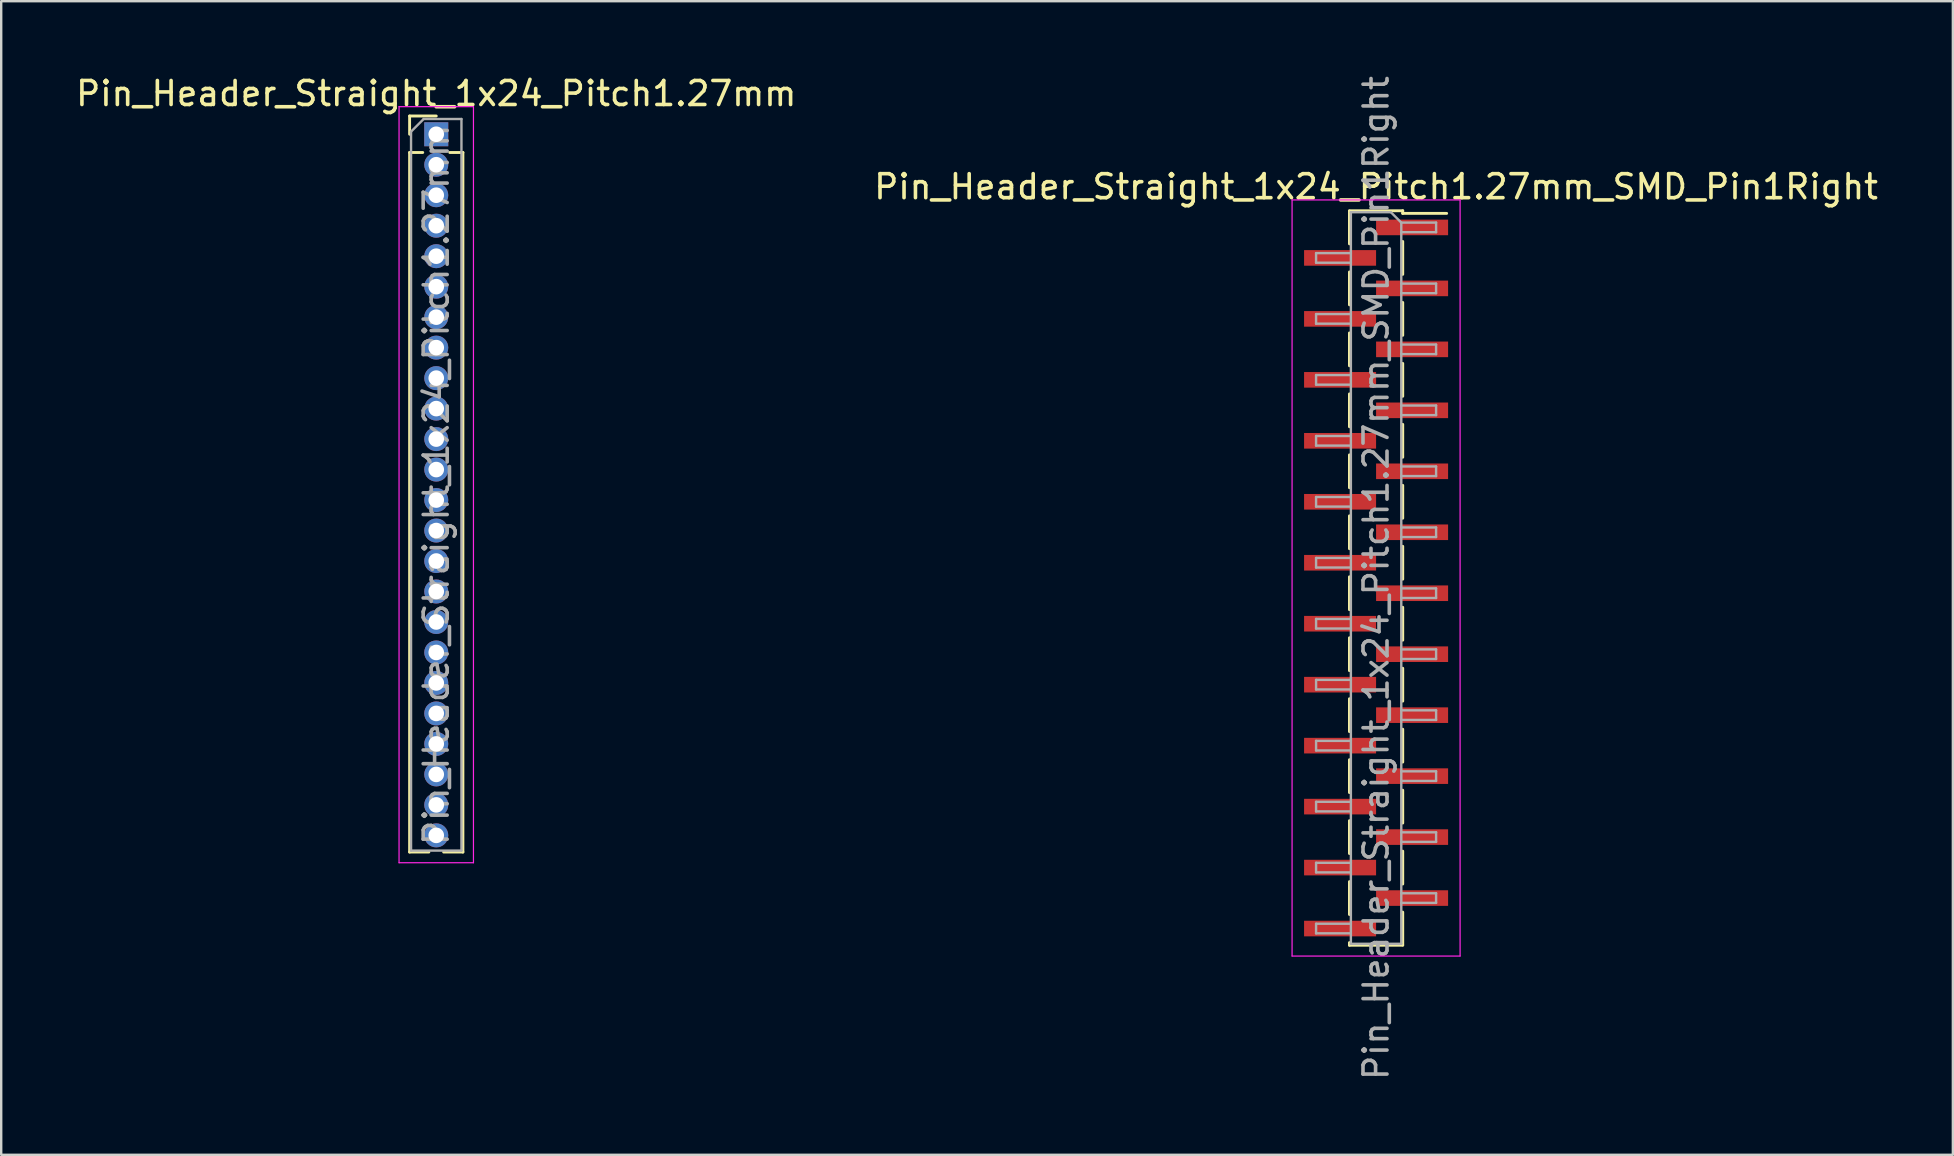
<source format=kicad_pcb>
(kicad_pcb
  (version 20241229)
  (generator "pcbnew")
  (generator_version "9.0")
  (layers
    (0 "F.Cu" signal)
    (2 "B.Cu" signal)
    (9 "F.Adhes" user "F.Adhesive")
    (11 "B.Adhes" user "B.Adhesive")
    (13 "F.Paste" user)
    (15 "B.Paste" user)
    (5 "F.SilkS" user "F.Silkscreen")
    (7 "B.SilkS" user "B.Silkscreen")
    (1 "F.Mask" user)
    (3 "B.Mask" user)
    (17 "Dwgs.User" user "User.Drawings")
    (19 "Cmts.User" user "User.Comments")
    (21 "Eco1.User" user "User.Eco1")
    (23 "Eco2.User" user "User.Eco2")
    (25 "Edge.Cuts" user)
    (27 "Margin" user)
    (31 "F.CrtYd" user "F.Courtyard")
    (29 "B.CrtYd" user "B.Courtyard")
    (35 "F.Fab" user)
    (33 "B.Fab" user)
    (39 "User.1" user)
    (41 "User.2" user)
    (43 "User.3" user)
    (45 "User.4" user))
  (footprint "Pin_Header_Straight_1x24_Pitch1.27mm_SMD_Pin1Right"
    (layer "F.Cu")
    (at 54.28 21.03)
    (property "Reference" "Pin_Header_Straight_1x24_Pitch1.27mm_SMD_Pin1Right" (at 0 -16.3 0) (layer "F.SilkS") (effects (font (size 1 1) (thickness 0.15))))
    (attr smd)
    (fp_line (start -1.11 -15.3) (end 1.11 -15.3) (stroke (width 0.12) (type solid)) (layer "F.SilkS"))
    (fp_line (start -1.11 -15.29) (end -1.11 -13.92) (stroke (width 0.12) (type solid)) (layer "F.SilkS"))
    (fp_line (start -1.11 -12.75) (end -1.11 -11.38) (stroke (width 0.12) (type solid)) (layer "F.SilkS"))
    (fp_line (start -1.11 -10.21) (end -1.11 -8.84) (stroke (width 0.12) (type solid)) (layer "F.SilkS"))
    (fp_line (start -1.11 -7.67) (end -1.11 -6.3) (stroke (width 0.12) (type solid)) (layer "F.SilkS"))
    (fp_line (start -1.11 -5.13) (end -1.11 -3.76) (stroke (width 0.12) (type solid)) (layer "F.SilkS"))
    (fp_line (start -1.11 -2.59) (end -1.11 -1.22) (stroke (width 0.12) (type solid)) (layer "F.SilkS"))
    (fp_line (start -1.11 -0.05) (end -1.11 1.32) (stroke (width 0.12) (type solid)) (layer "F.SilkS"))
    (fp_line (start -1.11 2.49) (end -1.11 3.86) (stroke (width 0.12) (type solid)) (layer "F.SilkS"))
    (fp_line (start -1.11 5.03) (end -1.11 6.4) (stroke (width 0.12) (type solid)) (layer "F.SilkS"))
    (fp_line (start -1.11 7.57) (end -1.11 8.94) (stroke (width 0.12) (type solid)) (layer "F.SilkS"))
    (fp_line (start -1.11 10.11) (end -1.11 11.48) (stroke (width 0.12) (type solid)) (layer "F.SilkS"))
    (fp_line (start -1.11 12.65) (end -1.11 14.02) (stroke (width 0.12) (type solid)) (layer "F.SilkS"))
    (fp_line (start -1.11 15.19) (end -1.11 15.3) (stroke (width 0.12) (type solid)) (layer "F.SilkS"))
    (fp_line (start -1.11 15.3) (end 1.11 15.3) (stroke (width 0.12) (type solid)) (layer "F.SilkS"))
    (fp_line (start 1.11 -15.3) (end 1.11 -15.19) (stroke (width 0.12) (type solid)) (layer "F.SilkS"))
    (fp_line (start 1.11 -15.19) (end 2.94 -15.19) (stroke (width 0.12) (type solid)) (layer "F.SilkS"))
    (fp_line (start 1.11 -14.02) (end 1.11 -12.65) (stroke (width 0.12) (type solid)) (layer "F.SilkS"))
    (fp_line (start 1.11 -11.48) (end 1.11 -10.11) (stroke (width 0.12) (type solid)) (layer "F.SilkS"))
    (fp_line (start 1.11 -8.94) (end 1.11 -7.57) (stroke (width 0.12) (type solid)) (layer "F.SilkS"))
    (fp_line (start 1.11 -6.4) (end 1.11 -5.03) (stroke (width 0.12) (type solid)) (layer "F.SilkS"))
    (fp_line (start 1.11 -3.86) (end 1.11 -2.49) (stroke (width 0.12) (type solid)) (layer "F.SilkS"))
    (fp_line (start 1.11 -1.32) (end 1.11 0.05) (stroke (width 0.12) (type solid)) (layer "F.SilkS"))
    (fp_line (start 1.11 1.22) (end 1.11 2.59) (stroke (width 0.12) (type solid)) (layer "F.SilkS"))
    (fp_line (start 1.11 3.76) (end 1.11 5.13) (stroke (width 0.12) (type solid)) (layer "F.SilkS"))
    (fp_line (start 1.11 6.3) (end 1.11 7.67) (stroke (width 0.12) (type solid)) (layer "F.SilkS"))
    (fp_line (start 1.11 8.84) (end 1.11 10.21) (stroke (width 0.12) (type solid)) (layer "F.SilkS"))
    (fp_line (start 1.11 11.38) (end 1.11 12.75) (stroke (width 0.12) (type solid)) (layer "F.SilkS"))
    (fp_line (start 1.11 13.92) (end 1.11 15.29) (stroke (width 0.12) (type solid)) (layer "F.SilkS"))
    (fp_line (start -3.5 -15.75) (end -3.5 15.75) (stroke (width 0.05) (type solid)) (layer "F.CrtYd"))
    (fp_line (start -3.5 15.75) (end 3.5 15.75) (stroke (width 0.05) (type solid)) (layer "F.CrtYd"))
    (fp_line (start 3.5 -15.75) (end -3.5 -15.75) (stroke (width 0.05) (type solid)) (layer "F.CrtYd"))
    (fp_line (start 3.5 15.75) (end 3.5 -15.75) (stroke (width 0.05) (type solid)) (layer "F.CrtYd"))
    (fp_line (start -2.5 -13.535) (end -2.5 -13.135) (stroke (width 0.1) (type solid)) (layer "F.Fab"))
    (fp_line (start -2.5 -13.135) (end -1.05 -13.135) (stroke (width 0.1) (type solid)) (layer "F.Fab"))
    (fp_line (start -2.5 -10.995) (end -2.5 -10.595) (stroke (width 0.1) (type solid)) (layer "F.Fab"))
    (fp_line (start -2.5 -10.595) (end -1.05 -10.595) (stroke (width 0.1) (type solid)) (layer "F.Fab"))
    (fp_line (start -2.5 -8.455) (end -2.5 -8.055) (stroke (width 0.1) (type solid)) (layer "F.Fab"))
    (fp_line (start -2.5 -8.055) (end -1.05 -8.055) (stroke (width 0.1) (type solid)) (layer "F.Fab"))
    (fp_line (start -2.5 -5.915) (end -2.5 -5.515) (stroke (width 0.1) (type solid)) (layer "F.Fab"))
    (fp_line (start -2.5 -5.515) (end -1.05 -5.515) (stroke (width 0.1) (type solid)) (layer "F.Fab"))
    (fp_line (start -2.5 -3.375) (end -2.5 -2.975) (stroke (width 0.1) (type solid)) (layer "F.Fab"))
    (fp_line (start -2.5 -2.975) (end -1.05 -2.975) (stroke (width 0.1) (type solid)) (layer "F.Fab"))
    (fp_line (start -2.5 -0.835) (end -2.5 -0.435) (stroke (width 0.1) (type solid)) (layer "F.Fab"))
    (fp_line (start -2.5 -0.435) (end -1.05 -0.435) (stroke (width 0.1) (type solid)) (layer "F.Fab"))
    (fp_line (start -2.5 1.705) (end -2.5 2.105) (stroke (width 0.1) (type solid)) (layer "F.Fab"))
    (fp_line (start -2.5 2.105) (end -1.05 2.105) (stroke (width 0.1) (type solid)) (layer "F.Fab"))
    (fp_line (start -2.5 4.245) (end -2.5 4.645) (stroke (width 0.1) (type solid)) (layer "F.Fab"))
    (fp_line (start -2.5 4.645) (end -1.05 4.645) (stroke (width 0.1) (type solid)) (layer "F.Fab"))
    (fp_line (start -2.5 6.785) (end -2.5 7.185) (stroke (width 0.1) (type solid)) (layer "F.Fab"))
    (fp_line (start -2.5 7.185) (end -1.05 7.185) (stroke (width 0.1) (type solid)) (layer "F.Fab"))
    (fp_line (start -2.5 9.325) (end -2.5 9.725) (stroke (width 0.1) (type solid)) (layer "F.Fab"))
    (fp_line (start -2.5 9.725) (end -1.05 9.725) (stroke (width 0.1) (type solid)) (layer "F.Fab"))
    (fp_line (start -2.5 11.865) (end -2.5 12.265) (stroke (width 0.1) (type solid)) (layer "F.Fab"))
    (fp_line (start -2.5 12.265) (end -1.05 12.265) (stroke (width 0.1) (type solid)) (layer "F.Fab"))
    (fp_line (start -2.5 14.405) (end -2.5 14.805) (stroke (width 0.1) (type solid)) (layer "F.Fab"))
    (fp_line (start -2.5 14.805) (end -1.05 14.805) (stroke (width 0.1) (type solid)) (layer "F.Fab"))
    (fp_line (start -1.05 -15.24) (end -1.05 15.24) (stroke (width 0.1) (type solid)) (layer "F.Fab"))
    (fp_line (start -1.05 -15.24) (end 0.615 -15.24) (stroke (width 0.1) (type solid)) (layer "F.Fab"))
    (fp_line (start -1.05 -13.535) (end -2.5 -13.535) (stroke (width 0.1) (type solid)) (layer "F.Fab"))
    (fp_line (start -1.05 -10.995) (end -2.5 -10.995) (stroke (width 0.1) (type solid)) (layer "F.Fab"))
    (fp_line (start -1.05 -8.455) (end -2.5 -8.455) (stroke (width 0.1) (type solid)) (layer "F.Fab"))
    (fp_line (start -1.05 -5.915) (end -2.5 -5.915) (stroke (width 0.1) (type solid)) (layer "F.Fab"))
    (fp_line (start -1.05 -3.375) (end -2.5 -3.375) (stroke (width 0.1) (type solid)) (layer "F.Fab"))
    (fp_line (start -1.05 -0.835) (end -2.5 -0.835) (stroke (width 0.1) (type solid)) (layer "F.Fab"))
    (fp_line (start -1.05 1.705) (end -2.5 1.705) (stroke (width 0.1) (type solid)) (layer "F.Fab"))
    (fp_line (start -1.05 4.245) (end -2.5 4.245) (stroke (width 0.1) (type solid)) (layer "F.Fab"))
    (fp_line (start -1.05 6.785) (end -2.5 6.785) (stroke (width 0.1) (type solid)) (layer "F.Fab"))
    (fp_line (start -1.05 9.325) (end -2.5 9.325) (stroke (width 0.1) (type solid)) (layer "F.Fab"))
    (fp_line (start -1.05 11.865) (end -2.5 11.865) (stroke (width 0.1) (type solid)) (layer "F.Fab"))
    (fp_line (start -1.05 14.405) (end -2.5 14.405) (stroke (width 0.1) (type solid)) (layer "F.Fab"))
    (fp_line (start 1.05 -14.805) (end 0.615 -15.24) (stroke (width 0.1) (type solid)) (layer "F.Fab"))
    (fp_line (start 1.05 -14.805) (end 2.5 -14.805) (stroke (width 0.1) (type solid)) (layer "F.Fab"))
    (fp_line (start 1.05 -12.265) (end 2.5 -12.265) (stroke (width 0.1) (type solid)) (layer "F.Fab"))
    (fp_line (start 1.05 -9.725) (end 2.5 -9.725) (stroke (width 0.1) (type solid)) (layer "F.Fab"))
    (fp_line (start 1.05 -7.185) (end 2.5 -7.185) (stroke (width 0.1) (type solid)) (layer "F.Fab"))
    (fp_line (start 1.05 -4.645) (end 2.5 -4.645) (stroke (width 0.1) (type solid)) (layer "F.Fab"))
    (fp_line (start 1.05 -2.105) (end 2.5 -2.105) (stroke (width 0.1) (type solid)) (layer "F.Fab"))
    (fp_line (start 1.05 0.435) (end 2.5 0.435) (stroke (width 0.1) (type solid)) (layer "F.Fab"))
    (fp_line (start 1.05 2.975) (end 2.5 2.975) (stroke (width 0.1) (type solid)) (layer "F.Fab"))
    (fp_line (start 1.05 5.515) (end 2.5 5.515) (stroke (width 0.1) (type solid)) (layer "F.Fab"))
    (fp_line (start 1.05 8.055) (end 2.5 8.055) (stroke (width 0.1) (type solid)) (layer "F.Fab"))
    (fp_line (start 1.05 10.595) (end 2.5 10.595) (stroke (width 0.1) (type solid)) (layer "F.Fab"))
    (fp_line (start 1.05 13.135) (end 2.5 13.135) (stroke (width 0.1) (type solid)) (layer "F.Fab"))
    (fp_line (start 1.05 15.24) (end -1.05 15.24) (stroke (width 0.1) (type solid)) (layer "F.Fab"))
    (fp_line (start 1.05 15.24) (end 1.05 -14.805) (stroke (width 0.1) (type solid)) (layer "F.Fab"))
    (fp_line (start 2.5 -14.805) (end 2.5 -14.405) (stroke (width 0.1) (type solid)) (layer "F.Fab"))
    (fp_line (start 2.5 -14.405) (end 1.05 -14.405) (stroke (width 0.1) (type solid)) (layer "F.Fab"))
    (fp_line (start 2.5 -12.265) (end 2.5 -11.865) (stroke (width 0.1) (type solid)) (layer "F.Fab"))
    (fp_line (start 2.5 -11.865) (end 1.05 -11.865) (stroke (width 0.1) (type solid)) (layer "F.Fab"))
    (fp_line (start 2.5 -9.725) (end 2.5 -9.325) (stroke (width 0.1) (type solid)) (layer "F.Fab"))
    (fp_line (start 2.5 -9.325) (end 1.05 -9.325) (stroke (width 0.1) (type solid)) (layer "F.Fab"))
    (fp_line (start 2.5 -7.185) (end 2.5 -6.785) (stroke (width 0.1) (type solid)) (layer "F.Fab"))
    (fp_line (start 2.5 -6.785) (end 1.05 -6.785) (stroke (width 0.1) (type solid)) (layer "F.Fab"))
    (fp_line (start 2.5 -4.645) (end 2.5 -4.245) (stroke (width 0.1) (type solid)) (layer "F.Fab"))
    (fp_line (start 2.5 -4.245) (end 1.05 -4.245) (stroke (width 0.1) (type solid)) (layer "F.Fab"))
    (fp_line (start 2.5 -2.105) (end 2.5 -1.705) (stroke (width 0.1) (type solid)) (layer "F.Fab"))
    (fp_line (start 2.5 -1.705) (end 1.05 -1.705) (stroke (width 0.1) (type solid)) (layer "F.Fab"))
    (fp_line (start 2.5 0.435) (end 2.5 0.835) (stroke (width 0.1) (type solid)) (layer "F.Fab"))
    (fp_line (start 2.5 0.835) (end 1.05 0.835) (stroke (width 0.1) (type solid)) (layer "F.Fab"))
    (fp_line (start 2.5 2.975) (end 2.5 3.375) (stroke (width 0.1) (type solid)) (layer "F.Fab"))
    (fp_line (start 2.5 3.375) (end 1.05 3.375) (stroke (width 0.1) (type solid)) (layer "F.Fab"))
    (fp_line (start 2.5 5.515) (end 2.5 5.915) (stroke (width 0.1) (type solid)) (layer "F.Fab"))
    (fp_line (start 2.5 5.915) (end 1.05 5.915) (stroke (width 0.1) (type solid)) (layer "F.Fab"))
    (fp_line (start 2.5 8.055) (end 2.5 8.455) (stroke (width 0.1) (type solid)) (layer "F.Fab"))
    (fp_line (start 2.5 8.455) (end 1.05 8.455) (stroke (width 0.1) (type solid)) (layer "F.Fab"))
    (fp_line (start 2.5 10.595) (end 2.5 10.995) (stroke (width 0.1) (type solid)) (layer "F.Fab"))
    (fp_line (start 2.5 10.995) (end 1.05 10.995) (stroke (width 0.1) (type solid)) (layer "F.Fab"))
    (fp_line (start 2.5 13.135) (end 2.5 13.535) (stroke (width 0.1) (type solid)) (layer "F.Fab"))
    (fp_line (start 2.5 13.535) (end 1.05 13.535) (stroke (width 0.1) (type solid)) (layer "F.Fab"))
    (fp_text user "${REFERENCE}" (at 0 0 90) (layer "F.Fab") (effects (font (size 1 1) (thickness 0.15))))
    (pad "1" smd rect (at 1.5 -14.605) (size 3 0.65) (layers "F.Cu" "F.Mask" "F.Paste"))
    (pad "2" smd rect (at -1.5 -13.335) (size 3 0.65) (layers "F.Cu" "F.Mask" "F.Paste"))
    (pad "3" smd rect (at 1.5 -12.065) (size 3 0.65) (layers "F.Cu" "F.Mask" "F.Paste"))
    (pad "4" smd rect (at -1.5 -10.795) (size 3 0.65) (layers "F.Cu" "F.Mask" "F.Paste"))
    (pad "5" smd rect (at 1.5 -9.525) (size 3 0.65) (layers "F.Cu" "F.Mask" "F.Paste"))
    (pad "6" smd rect (at -1.5 -8.255) (size 3 0.65) (layers "F.Cu" "F.Mask" "F.Paste"))
    (pad "7" smd rect (at 1.5 -6.985) (size 3 0.65) (layers "F.Cu" "F.Mask" "F.Paste"))
    (pad "8" smd rect (at -1.5 -5.715) (size 3 0.65) (layers "F.Cu" "F.Mask" "F.Paste"))
    (pad "9" smd rect (at 1.5 -4.445) (size 3 0.65) (layers "F.Cu" "F.Mask" "F.Paste"))
    (pad "10" smd rect (at -1.5 -3.175) (size 3 0.65) (layers "F.Cu" "F.Mask" "F.Paste"))
    (pad "11" smd rect (at 1.5 -1.905) (size 3 0.65) (layers "F.Cu" "F.Mask" "F.Paste"))
    (pad "12" smd rect (at -1.5 -0.635) (size 3 0.65) (layers "F.Cu" "F.Mask" "F.Paste"))
    (pad "13" smd rect (at 1.5 0.635) (size 3 0.65) (layers "F.Cu" "F.Mask" "F.Paste"))
    (pad "14" smd rect (at -1.5 1.905) (size 3 0.65) (layers "F.Cu" "F.Mask" "F.Paste"))
    (pad "15" smd rect (at 1.5 3.175) (size 3 0.65) (layers "F.Cu" "F.Mask" "F.Paste"))
    (pad "16" smd rect (at -1.5 4.445) (size 3 0.65) (layers "F.Cu" "F.Mask" "F.Paste"))
    (pad "17" smd rect (at 1.5 5.715) (size 3 0.65) (layers "F.Cu" "F.Mask" "F.Paste"))
    (pad "18" smd rect (at -1.5 6.985) (size 3 0.65) (layers "F.Cu" "F.Mask" "F.Paste"))
    (pad "19" smd rect (at 1.5 8.255) (size 3 0.65) (layers "F.Cu" "F.Mask" "F.Paste"))
    (pad "20" smd rect (at -1.5 9.525) (size 3 0.65) (layers "F.Cu" "F.Mask" "F.Paste"))
    (pad "21" smd rect (at 1.5 10.795) (size 3 0.65) (layers "F.Cu" "F.Mask" "F.Paste"))
    (pad "22" smd rect (at -1.5 12.065) (size 3 0.65) (layers "F.Cu" "F.Mask" "F.Paste"))
    (pad "23" smd rect (at 1.5 13.335) (size 3 0.65) (layers "F.Cu" "F.Mask" "F.Paste"))
    (pad "24" smd rect (at -1.5 14.605) (size 3 0.65) (layers "F.Cu" "F.Mask" "F.Paste")))
  (footprint "Pin_Header_Straight_1x24_Pitch1.27mm"
    (layer "F.Cu")
    (at 15.125 2.543)
    (property "Reference" "Pin_Header_Straight_1x24_Pitch1.27mm" (at 0 -1.695 0) (layer "F.SilkS") (effects (font (size 1 1) (thickness 0.15))))
    (attr through_hole)
    (fp_line (start -1.11 -0.76) (end 0 -0.76) (stroke (width 0.12) (type solid)) (layer "F.SilkS"))
    (fp_line (start -1.11 0) (end -1.11 -0.76) (stroke (width 0.12) (type solid)) (layer "F.SilkS"))
    (fp_line (start -1.11 0.76) (end -1.11 29.905) (stroke (width 0.12) (type solid)) (layer "F.SilkS"))
    (fp_line (start -1.11 0.76) (end -0.563 0.76) (stroke (width 0.12) (type solid)) (layer "F.SilkS"))
    (fp_line (start -1.11 29.905) (end -0.308 29.905) (stroke (width 0.12) (type solid)) (layer "F.SilkS"))
    (fp_line (start 0.308 29.905) (end 1.11 29.905) (stroke (width 0.12) (type solid)) (layer "F.SilkS"))
    (fp_line (start 0.563 0.76) (end 1.11 0.76) (stroke (width 0.12) (type solid)) (layer "F.SilkS"))
    (fp_line (start 1.11 0.76) (end 1.11 29.905) (stroke (width 0.12) (type solid)) (layer "F.SilkS"))
    (fp_line (start -1.55 -1.15) (end -1.55 30.35) (stroke (width 0.05) (type solid)) (layer "F.CrtYd"))
    (fp_line (start -1.55 30.35) (end 1.55 30.35) (stroke (width 0.05) (type solid)) (layer "F.CrtYd"))
    (fp_line (start 1.55 -1.15) (end -1.55 -1.15) (stroke (width 0.05) (type solid)) (layer "F.CrtYd"))
    (fp_line (start 1.55 30.35) (end 1.55 -1.15) (stroke (width 0.05) (type solid)) (layer "F.CrtYd"))
    (fp_line (start -1.05 -0.11) (end -0.525 -0.635) (stroke (width 0.1) (type solid)) (layer "F.Fab"))
    (fp_line (start -1.05 29.845) (end -1.05 -0.11) (stroke (width 0.1) (type solid)) (layer "F.Fab"))
    (fp_line (start -0.525 -0.635) (end 1.05 -0.635) (stroke (width 0.1) (type solid)) (layer "F.Fab"))
    (fp_line (start 1.05 -0.635) (end 1.05 29.845) (stroke (width 0.1) (type solid)) (layer "F.Fab"))
    (fp_line (start 1.05 29.845) (end -1.05 29.845) (stroke (width 0.1) (type solid)) (layer "F.Fab"))
    (fp_text user "${REFERENCE}" (at 0 14.605 90) (layer "F.Fab") (effects (font (size 1 1) (thickness 0.15))))
    (pad "1" thru_hole rect (at 0 0) (size 1 1) (drill 0.65) (layers "*.Cu" "*.Mask"))
    (pad "2" thru_hole oval (at 0 1.27) (size 1 1) (drill 0.65) (layers "*.Cu" "*.Mask"))
    (pad "3" thru_hole oval (at 0 2.54) (size 1 1) (drill 0.65) (layers "*.Cu" "*.Mask"))
    (pad "4" thru_hole oval (at 0 3.81) (size 1 1) (drill 0.65) (layers "*.Cu" "*.Mask"))
    (pad "5" thru_hole oval (at 0 5.08) (size 1 1) (drill 0.65) (layers "*.Cu" "*.Mask"))
    (pad "6" thru_hole oval (at 0 6.35) (size 1 1) (drill 0.65) (layers "*.Cu" "*.Mask"))
    (pad "7" thru_hole oval (at 0 7.62) (size 1 1) (drill 0.65) (layers "*.Cu" "*.Mask"))
    (pad "8" thru_hole oval (at 0 8.89) (size 1 1) (drill 0.65) (layers "*.Cu" "*.Mask"))
    (pad "9" thru_hole oval (at 0 10.16) (size 1 1) (drill 0.65) (layers "*.Cu" "*.Mask"))
    (pad "10" thru_hole oval (at 0 11.43) (size 1 1) (drill 0.65) (layers "*.Cu" "*.Mask"))
    (pad "11" thru_hole oval (at 0 12.7) (size 1 1) (drill 0.65) (layers "*.Cu" "*.Mask"))
    (pad "12" thru_hole oval (at 0 13.97) (size 1 1) (drill 0.65) (layers "*.Cu" "*.Mask"))
    (pad "13" thru_hole oval (at 0 15.24) (size 1 1) (drill 0.65) (layers "*.Cu" "*.Mask"))
    (pad "14" thru_hole oval (at 0 16.51) (size 1 1) (drill 0.65) (layers "*.Cu" "*.Mask"))
    (pad "15" thru_hole oval (at 0 17.78) (size 1 1) (drill 0.65) (layers "*.Cu" "*.Mask"))
    (pad "16" thru_hole oval (at 0 19.05) (size 1 1) (drill 0.65) (layers "*.Cu" "*.Mask"))
    (pad "17" thru_hole oval (at 0 20.32) (size 1 1) (drill 0.65) (layers "*.Cu" "*.Mask"))
    (pad "18" thru_hole oval (at 0 21.59) (size 1 1) (drill 0.65) (layers "*.Cu" "*.Mask"))
    (pad "19" thru_hole oval (at 0 22.86) (size 1 1) (drill 0.65) (layers "*.Cu" "*.Mask"))
    (pad "20" thru_hole oval (at 0 24.13) (size 1 1) (drill 0.65) (layers "*.Cu" "*.Mask"))
    (pad "21" thru_hole oval (at 0 25.4) (size 1 1) (drill 0.65) (layers "*.Cu" "*.Mask"))
    (pad "22" thru_hole oval (at 0 26.67) (size 1 1) (drill 0.65) (layers "*.Cu" "*.Mask"))
    (pad "23" thru_hole oval (at 0 27.94) (size 1 1) (drill 0.65) (layers "*.Cu" "*.Mask"))
    (pad "24" thru_hole oval (at 0 29.21) (size 1 1) (drill 0.65) (layers "*.Cu" "*.Mask")))
  (gr_rect
    (start -3 -3)
    (end 78.31 45.06)
    (stroke (width 0.1) (type default))
    (fill no)
    (layer "Edge.Cuts")))
</source>
